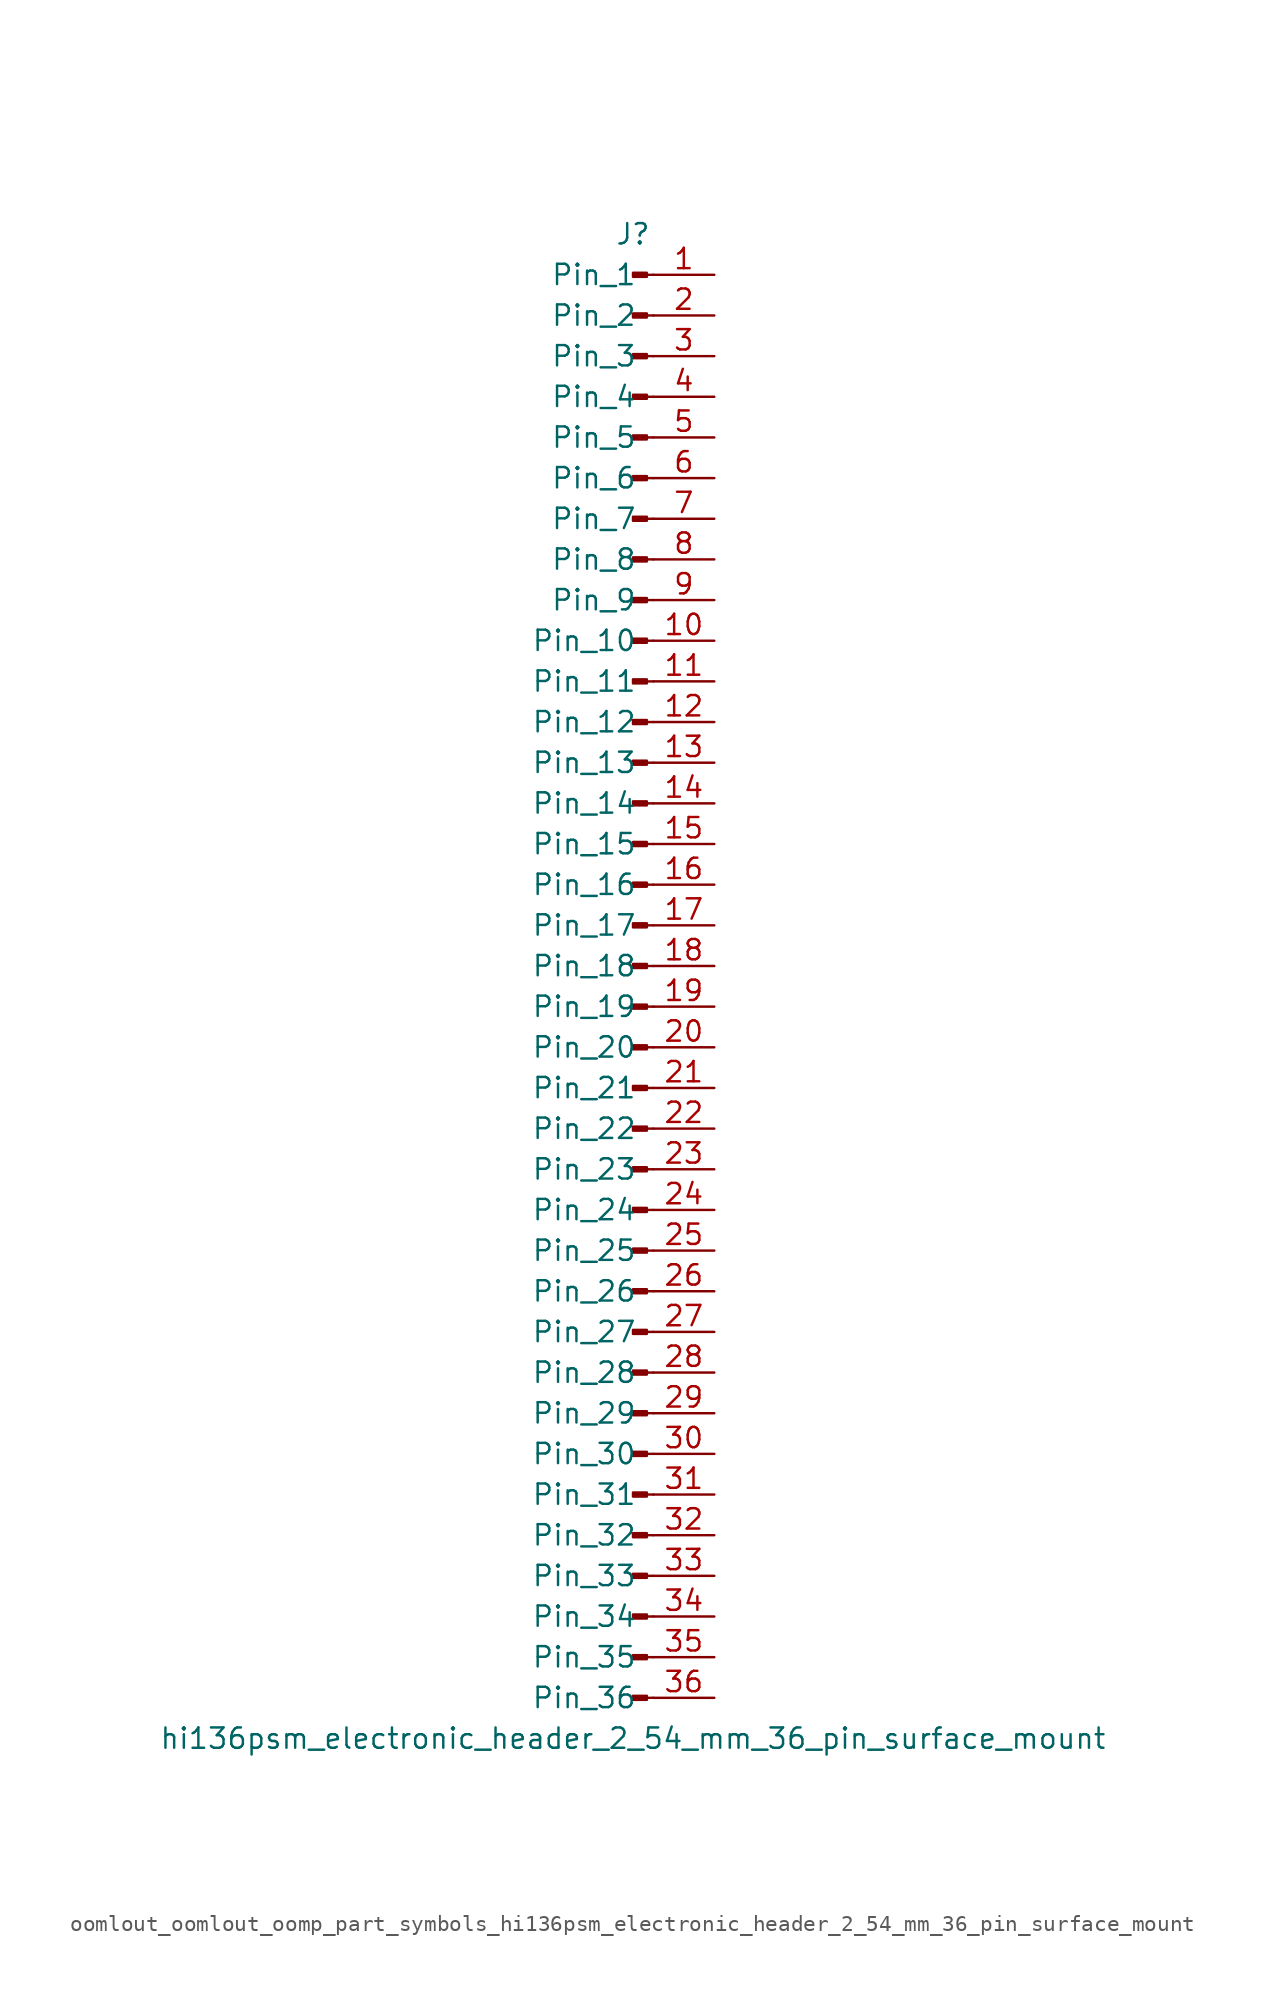
<source format=kicad_sym>
(kicad_symbol_lib
  (version 20220914)
  (generator kicad_symbol_editor)
  (symbol "oomlout_oomlout_oomp_part_symbols_hi136psm_electronic_header_2_54_mm_36_pin_surface_mount"
    (pin_names
      (offset 1.016))
    (property "Reference" "J"
      (at 0 45.72 0)
      (effects (font (size 1.27 1.27))))
    (property "Value" "hi136psm_electronic_header_2_54_mm_36_pin_surface_mount"
      (at 0 -48.26 0)
      (effects (font (size 1.27 1.27))))
    (property "ki_locked" ""
      (at 0 0 0)
      (effects (font (size 1.27 1.27))))
    (symbol "oomlout_oomlout_oomp_part_symbols_hi136psm_electronic_header_2_54_mm_36_pin_surface_mount_1_1"
      (polyline (pts (xy 1.27 -45.72) (xy 0.864 -45.72)) (stroke (width 0.152) (type default)) (fill (type none)))
      (polyline (pts (xy 1.27 -43.18) (xy 0.864 -43.18)) (stroke (width 0.152) (type default)) (fill (type none)))
      (polyline (pts (xy 1.27 -40.64) (xy 0.864 -40.64)) (stroke (width 0.152) (type default)) (fill (type none)))
      (polyline (pts (xy 1.27 -38.1) (xy 0.864 -38.1)) (stroke (width 0.152) (type default)) (fill (type none)))
      (polyline (pts (xy 1.27 -35.56) (xy 0.864 -35.56)) (stroke (width 0.152) (type default)) (fill (type none)))
      (polyline (pts (xy 1.27 -33.02) (xy 0.864 -33.02)) (stroke (width 0.152) (type default)) (fill (type none)))
      (polyline (pts (xy 1.27 -30.48) (xy 0.864 -30.48)) (stroke (width 0.152) (type default)) (fill (type none)))
      (polyline (pts (xy 1.27 -27.94) (xy 0.864 -27.94)) (stroke (width 0.152) (type default)) (fill (type none)))
      (polyline (pts (xy 1.27 -25.4) (xy 0.864 -25.4)) (stroke (width 0.152) (type default)) (fill (type none)))
      (polyline (pts (xy 1.27 -22.86) (xy 0.864 -22.86)) (stroke (width 0.152) (type default)) (fill (type none)))
      (polyline (pts (xy 1.27 -20.32) (xy 0.864 -20.32)) (stroke (width 0.152) (type default)) (fill (type none)))
      (polyline (pts (xy 1.27 -17.78) (xy 0.864 -17.78)) (stroke (width 0.152) (type default)) (fill (type none)))
      (polyline (pts (xy 1.27 -15.24) (xy 0.864 -15.24)) (stroke (width 0.152) (type default)) (fill (type none)))
      (polyline (pts (xy 1.27 -12.7) (xy 0.864 -12.7)) (stroke (width 0.152) (type default)) (fill (type none)))
      (polyline (pts (xy 1.27 -10.16) (xy 0.864 -10.16)) (stroke (width 0.152) (type default)) (fill (type none)))
      (polyline (pts (xy 1.27 -7.62) (xy 0.864 -7.62)) (stroke (width 0.152) (type default)) (fill (type none)))
      (polyline (pts (xy 1.27 -5.08) (xy 0.864 -5.08)) (stroke (width 0.152) (type default)) (fill (type none)))
      (polyline (pts (xy 1.27 -2.54) (xy 0.864 -2.54)) (stroke (width 0.152) (type default)) (fill (type none)))
      (polyline (pts (xy 1.27 0) (xy 0.864 0)) (stroke (width 0.152) (type default)) (fill (type none)))
      (polyline (pts (xy 1.27 2.54) (xy 0.864 2.54)) (stroke (width 0.152) (type default)) (fill (type none)))
      (polyline (pts (xy 1.27 5.08) (xy 0.864 5.08)) (stroke (width 0.152) (type default)) (fill (type none)))
      (polyline (pts (xy 1.27 7.62) (xy 0.864 7.62)) (stroke (width 0.152) (type default)) (fill (type none)))
      (polyline (pts (xy 1.27 10.16) (xy 0.864 10.16)) (stroke (width 0.152) (type default)) (fill (type none)))
      (polyline (pts (xy 1.27 12.7) (xy 0.864 12.7)) (stroke (width 0.152) (type default)) (fill (type none)))
      (polyline (pts (xy 1.27 15.24) (xy 0.864 15.24)) (stroke (width 0.152) (type default)) (fill (type none)))
      (polyline (pts (xy 1.27 17.78) (xy 0.864 17.78)) (stroke (width 0.152) (type default)) (fill (type none)))
      (polyline (pts (xy 1.27 20.32) (xy 0.864 20.32)) (stroke (width 0.152) (type default)) (fill (type none)))
      (polyline (pts (xy 1.27 22.86) (xy 0.864 22.86)) (stroke (width 0.152) (type default)) (fill (type none)))
      (polyline (pts (xy 1.27 25.4) (xy 0.864 25.4)) (stroke (width 0.152) (type default)) (fill (type none)))
      (polyline (pts (xy 1.27 27.94) (xy 0.864 27.94)) (stroke (width 0.152) (type default)) (fill (type none)))
      (polyline (pts (xy 1.27 30.48) (xy 0.864 30.48)) (stroke (width 0.152) (type default)) (fill (type none)))
      (polyline (pts (xy 1.27 33.02) (xy 0.864 33.02)) (stroke (width 0.152) (type default)) (fill (type none)))
      (polyline (pts (xy 1.27 35.56) (xy 0.864 35.56)) (stroke (width 0.152) (type default)) (fill (type none)))
      (polyline (pts (xy 1.27 38.1) (xy 0.864 38.1)) (stroke (width 0.152) (type default)) (fill (type none)))
      (polyline (pts (xy 1.27 40.64) (xy 0.864 40.64)) (stroke (width 0.152) (type default)) (fill (type none)))
      (polyline (pts (xy 1.27 43.18) (xy 0.864 43.18)) (stroke (width 0.152) (type default)) (fill (type none)))
      (rectangle (start 0.864 -45.593) (end 0 -45.847) (stroke (width 0.152) (type default)) (fill (type outline)))
      (rectangle (start 0.864 -43.053) (end 0 -43.307) (stroke (width 0.152) (type default)) (fill (type outline)))
      (rectangle (start 0.864 -40.513) (end 0 -40.767) (stroke (width 0.152) (type default)) (fill (type outline)))
      (rectangle (start 0.864 -37.973) (end 0 -38.227) (stroke (width 0.152) (type default)) (fill (type outline)))
      (rectangle (start 0.864 -35.433) (end 0 -35.687) (stroke (width 0.152) (type default)) (fill (type outline)))
      (rectangle (start 0.864 -32.893) (end 0 -33.147) (stroke (width 0.152) (type default)) (fill (type outline)))
      (rectangle (start 0.864 -30.353) (end 0 -30.607) (stroke (width 0.152) (type default)) (fill (type outline)))
      (rectangle (start 0.864 -27.813) (end 0 -28.067) (stroke (width 0.152) (type default)) (fill (type outline)))
      (rectangle (start 0.864 -25.273) (end 0 -25.527) (stroke (width 0.152) (type default)) (fill (type outline)))
      (rectangle (start 0.864 -22.733) (end 0 -22.987) (stroke (width 0.152) (type default)) (fill (type outline)))
      (rectangle (start 0.864 -20.193) (end 0 -20.447) (stroke (width 0.152) (type default)) (fill (type outline)))
      (rectangle (start 0.864 -17.653) (end 0 -17.907) (stroke (width 0.152) (type default)) (fill (type outline)))
      (rectangle (start 0.864 -15.113) (end 0 -15.367) (stroke (width 0.152) (type default)) (fill (type outline)))
      (rectangle (start 0.864 -12.573) (end 0 -12.827) (stroke (width 0.152) (type default)) (fill (type outline)))
      (rectangle (start 0.864 -10.033) (end 0 -10.287) (stroke (width 0.152) (type default)) (fill (type outline)))
      (rectangle (start 0.864 -7.493) (end 0 -7.747) (stroke (width 0.152) (type default)) (fill (type outline)))
      (rectangle (start 0.864 -4.953) (end 0 -5.207) (stroke (width 0.152) (type default)) (fill (type outline)))
      (rectangle (start 0.864 -2.413) (end 0 -2.667) (stroke (width 0.152) (type default)) (fill (type outline)))
      (rectangle (start 0.864 0.127) (end 0 -0.127) (stroke (width 0.152) (type default)) (fill (type outline)))
      (rectangle (start 0.864 2.667) (end 0 2.413) (stroke (width 0.152) (type default)) (fill (type outline)))
      (rectangle (start 0.864 5.207) (end 0 4.953) (stroke (width 0.152) (type default)) (fill (type outline)))
      (rectangle (start 0.864 7.747) (end 0 7.493) (stroke (width 0.152) (type default)) (fill (type outline)))
      (rectangle (start 0.864 10.287) (end 0 10.033) (stroke (width 0.152) (type default)) (fill (type outline)))
      (rectangle (start 0.864 12.827) (end 0 12.573) (stroke (width 0.152) (type default)) (fill (type outline)))
      (rectangle (start 0.864 15.367) (end 0 15.113) (stroke (width 0.152) (type default)) (fill (type outline)))
      (rectangle (start 0.864 17.907) (end 0 17.653) (stroke (width 0.152) (type default)) (fill (type outline)))
      (rectangle (start 0.864 20.447) (end 0 20.193) (stroke (width 0.152) (type default)) (fill (type outline)))
      (rectangle (start 0.864 22.987) (end 0 22.733) (stroke (width 0.152) (type default)) (fill (type outline)))
      (rectangle (start 0.864 25.527) (end 0 25.273) (stroke (width 0.152) (type default)) (fill (type outline)))
      (rectangle (start 0.864 28.067) (end 0 27.813) (stroke (width 0.152) (type default)) (fill (type outline)))
      (rectangle (start 0.864 30.607) (end 0 30.353) (stroke (width 0.152) (type default)) (fill (type outline)))
      (rectangle (start 0.864 33.147) (end 0 32.893) (stroke (width 0.152) (type default)) (fill (type outline)))
      (rectangle (start 0.864 35.687) (end 0 35.433) (stroke (width 0.152) (type default)) (fill (type outline)))
      (rectangle (start 0.864 38.227) (end 0 37.973) (stroke (width 0.152) (type default)) (fill (type outline)))
      (rectangle (start 0.864 40.767) (end 0 40.513) (stroke (width 0.152) (type default)) (fill (type outline)))
      (rectangle (start 0.864 43.307) (end 0 43.053) (stroke (width 0.152) (type default)) (fill (type outline)))
      (pin passive line (at 5.08 43.18 180) (length 3.81) (name "Pin_1" (effects (font (size 1.27 1.27)))) (number "1" (effects (font (size 1.27 1.27)))))
      (pin passive line (at 5.08 20.32 180) (length 3.81) (name "Pin_10" (effects (font (size 1.27 1.27)))) (number "10" (effects (font (size 1.27 1.27)))))
      (pin passive line (at 5.08 17.78 180) (length 3.81) (name "Pin_11" (effects (font (size 1.27 1.27)))) (number "11" (effects (font (size 1.27 1.27)))))
      (pin passive line (at 5.08 15.24 180) (length 3.81) (name "Pin_12" (effects (font (size 1.27 1.27)))) (number "12" (effects (font (size 1.27 1.27)))))
      (pin passive line (at 5.08 12.7 180) (length 3.81) (name "Pin_13" (effects (font (size 1.27 1.27)))) (number "13" (effects (font (size 1.27 1.27)))))
      (pin passive line (at 5.08 10.16 180) (length 3.81) (name "Pin_14" (effects (font (size 1.27 1.27)))) (number "14" (effects (font (size 1.27 1.27)))))
      (pin passive line (at 5.08 7.62 180) (length 3.81) (name "Pin_15" (effects (font (size 1.27 1.27)))) (number "15" (effects (font (size 1.27 1.27)))))
      (pin passive line (at 5.08 5.08 180) (length 3.81) (name "Pin_16" (effects (font (size 1.27 1.27)))) (number "16" (effects (font (size 1.27 1.27)))))
      (pin passive line (at 5.08 2.54 180) (length 3.81) (name "Pin_17" (effects (font (size 1.27 1.27)))) (number "17" (effects (font (size 1.27 1.27)))))
      (pin passive line (at 5.08 0 180) (length 3.81) (name "Pin_18" (effects (font (size 1.27 1.27)))) (number "18" (effects (font (size 1.27 1.27)))))
      (pin passive line (at 5.08 -2.54 180) (length 3.81) (name "Pin_19" (effects (font (size 1.27 1.27)))) (number "19" (effects (font (size 1.27 1.27)))))
      (pin passive line (at 5.08 40.64 180) (length 3.81) (name "Pin_2" (effects (font (size 1.27 1.27)))) (number "2" (effects (font (size 1.27 1.27)))))
      (pin passive line (at 5.08 -5.08 180) (length 3.81) (name "Pin_20" (effects (font (size 1.27 1.27)))) (number "20" (effects (font (size 1.27 1.27)))))
      (pin passive line (at 5.08 -7.62 180) (length 3.81) (name "Pin_21" (effects (font (size 1.27 1.27)))) (number "21" (effects (font (size 1.27 1.27)))))
      (pin passive line (at 5.08 -10.16 180) (length 3.81) (name "Pin_22" (effects (font (size 1.27 1.27)))) (number "22" (effects (font (size 1.27 1.27)))))
      (pin passive line (at 5.08 -12.7 180) (length 3.81) (name "Pin_23" (effects (font (size 1.27 1.27)))) (number "23" (effects (font (size 1.27 1.27)))))
      (pin passive line (at 5.08 -15.24 180) (length 3.81) (name "Pin_24" (effects (font (size 1.27 1.27)))) (number "24" (effects (font (size 1.27 1.27)))))
      (pin passive line (at 5.08 -17.78 180) (length 3.81) (name "Pin_25" (effects (font (size 1.27 1.27)))) (number "25" (effects (font (size 1.27 1.27)))))
      (pin passive line (at 5.08 -20.32 180) (length 3.81) (name "Pin_26" (effects (font (size 1.27 1.27)))) (number "26" (effects (font (size 1.27 1.27)))))
      (pin passive line (at 5.08 -22.86 180) (length 3.81) (name "Pin_27" (effects (font (size 1.27 1.27)))) (number "27" (effects (font (size 1.27 1.27)))))
      (pin passive line (at 5.08 -25.4 180) (length 3.81) (name "Pin_28" (effects (font (size 1.27 1.27)))) (number "28" (effects (font (size 1.27 1.27)))))
      (pin passive line (at 5.08 -27.94 180) (length 3.81) (name "Pin_29" (effects (font (size 1.27 1.27)))) (number "29" (effects (font (size 1.27 1.27)))))
      (pin passive line (at 5.08 38.1 180) (length 3.81) (name "Pin_3" (effects (font (size 1.27 1.27)))) (number "3" (effects (font (size 1.27 1.27)))))
      (pin passive line (at 5.08 -30.48 180) (length 3.81) (name "Pin_30" (effects (font (size 1.27 1.27)))) (number "30" (effects (font (size 1.27 1.27)))))
      (pin passive line (at 5.08 -33.02 180) (length 3.81) (name "Pin_31" (effects (font (size 1.27 1.27)))) (number "31" (effects (font (size 1.27 1.27)))))
      (pin passive line (at 5.08 -35.56 180) (length 3.81) (name "Pin_32" (effects (font (size 1.27 1.27)))) (number "32" (effects (font (size 1.27 1.27)))))
      (pin passive line (at 5.08 -38.1 180) (length 3.81) (name "Pin_33" (effects (font (size 1.27 1.27)))) (number "33" (effects (font (size 1.27 1.27)))))
      (pin passive line (at 5.08 -40.64 180) (length 3.81) (name "Pin_34" (effects (font (size 1.27 1.27)))) (number "34" (effects (font (size 1.27 1.27)))))
      (pin passive line (at 5.08 -43.18 180) (length 3.81) (name "Pin_35" (effects (font (size 1.27 1.27)))) (number "35" (effects (font (size 1.27 1.27)))))
      (pin passive line (at 5.08 -45.72 180) (length 3.81) (name "Pin_36" (effects (font (size 1.27 1.27)))) (number "36" (effects (font (size 1.27 1.27)))))
      (pin passive line (at 5.08 35.56 180) (length 3.81) (name "Pin_4" (effects (font (size 1.27 1.27)))) (number "4" (effects (font (size 1.27 1.27)))))
      (pin passive line (at 5.08 33.02 180) (length 3.81) (name "Pin_5" (effects (font (size 1.27 1.27)))) (number "5" (effects (font (size 1.27 1.27)))))
      (pin passive line (at 5.08 30.48 180) (length 3.81) (name "Pin_6" (effects (font (size 1.27 1.27)))) (number "6" (effects (font (size 1.27 1.27)))))
      (pin passive line (at 5.08 27.94 180) (length 3.81) (name "Pin_7" (effects (font (size 1.27 1.27)))) (number "7" (effects (font (size 1.27 1.27)))))
      (pin passive line (at 5.08 25.4 180) (length 3.81) (name "Pin_8" (effects (font (size 1.27 1.27)))) (number "8" (effects (font (size 1.27 1.27)))))
      (pin passive line (at 5.08 22.86 180) (length 3.81) (name "Pin_9" (effects (font (size 1.27 1.27)))) (number "9" (effects (font (size 1.27 1.27))))))))
</source>
